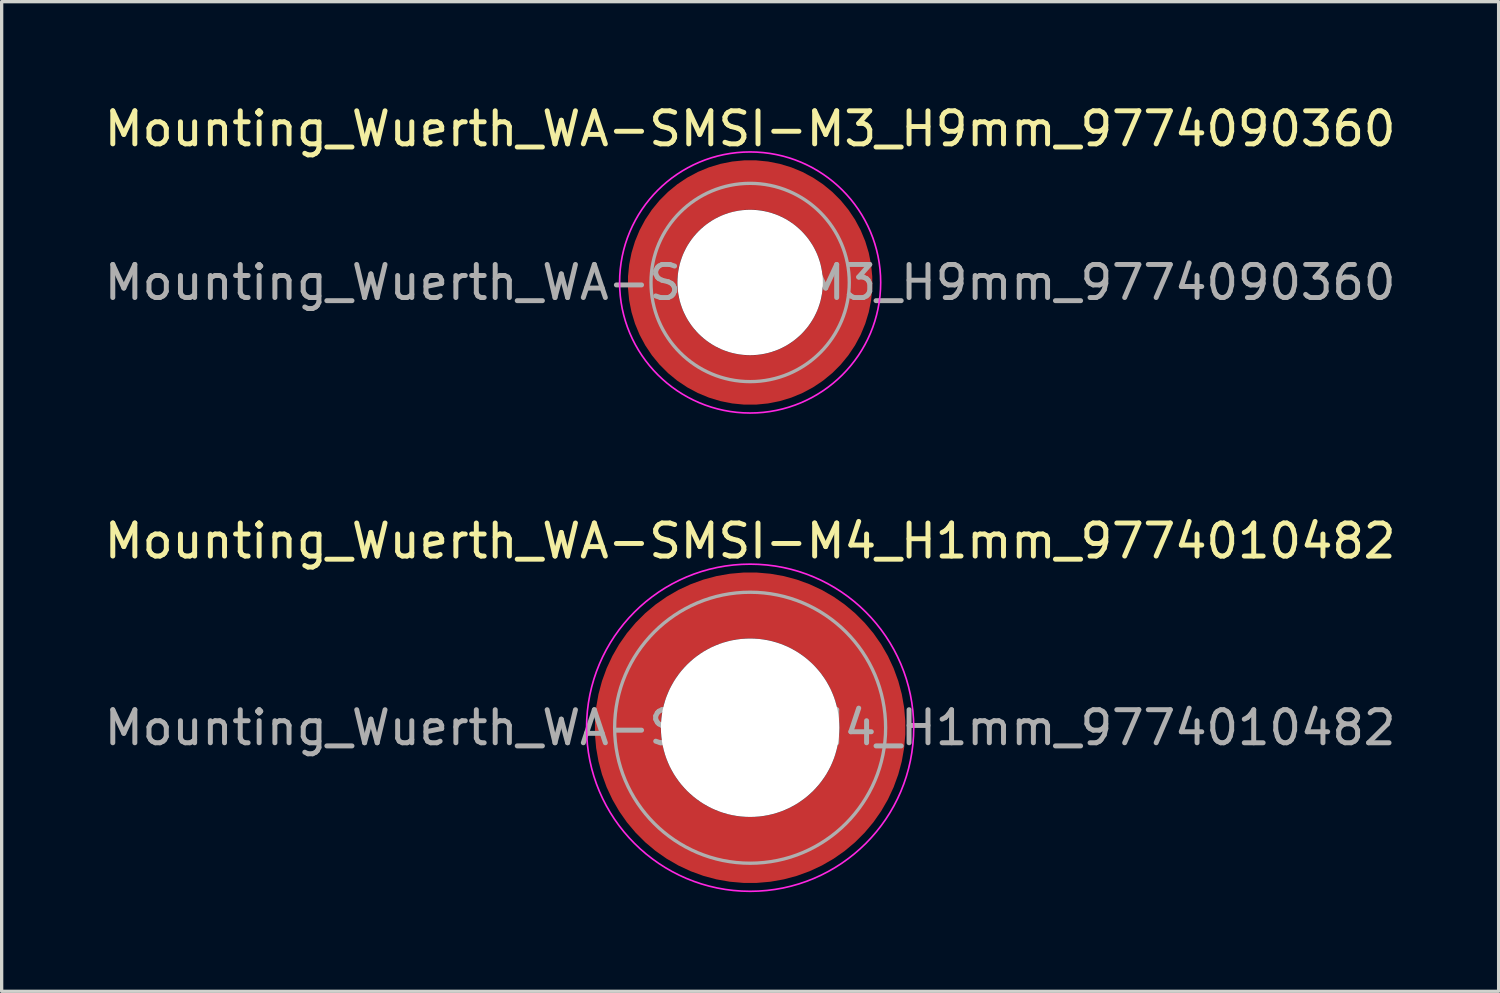
<source format=kicad_pcb>
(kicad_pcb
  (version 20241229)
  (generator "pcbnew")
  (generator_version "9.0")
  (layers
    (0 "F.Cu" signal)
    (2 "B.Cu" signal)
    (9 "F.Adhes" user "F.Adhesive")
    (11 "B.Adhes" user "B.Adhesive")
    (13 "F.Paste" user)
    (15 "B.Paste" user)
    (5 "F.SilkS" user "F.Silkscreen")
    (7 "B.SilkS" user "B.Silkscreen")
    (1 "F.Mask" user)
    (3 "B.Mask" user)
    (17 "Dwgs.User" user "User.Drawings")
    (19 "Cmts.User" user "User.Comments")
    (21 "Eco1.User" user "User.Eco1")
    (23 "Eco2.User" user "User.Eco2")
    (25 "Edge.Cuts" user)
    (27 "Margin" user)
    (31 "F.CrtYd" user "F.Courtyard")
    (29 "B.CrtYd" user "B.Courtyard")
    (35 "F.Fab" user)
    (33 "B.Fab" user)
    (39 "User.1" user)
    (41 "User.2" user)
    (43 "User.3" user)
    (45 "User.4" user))
  (footprint "Mounting_Wuerth_WA-SMSI-M3_H9mm_9774090360"
    (layer "F.Cu")
    (at 19.649 5.498)
    (property "Reference" "Mounting_Wuerth_WA-SMSI-M3_H9mm_9774090360" (at 0 -4.65 0) (layer "F.SilkS") (effects (font (size 1 1) (thickness 0.15))))
    (attr smd allow_soldermask_bridges)
    (fp_circle (center 0 0) (end 3.95 0) (stroke (width 0.05) (type solid)) (fill no) (layer "F.CrtYd"))
    (fp_circle (center 0 0) (end 3 0) (stroke (width 0.1) (type solid)) (fill no) (layer "F.Fab"))
    (fp_text user "${REFERENCE}" (at 0 0 0) (layer "F.Fab") (effects (font (size 1 1) (thickness 0.15))))
    (pad "" smd custom (at -2.058 -2.058) (size 0.55 0.55) (layers "F.Paste") (options (anchor circle)) (primitives (gr_arc (start -0.377294 1.707681) (mid 0.318198 0.318198) (end 1.707681 -0.377294) (width 0.2)) (gr_arc (start -0.478281 1.707681) (mid 0.247487 0.247487) (end 1.707681 -0.478281) (width 0.2)) (gr_arc (start -0.579192 1.707681) (mid 0.176777 0.176777) (end 1.707681 -0.579192) (width 0.2)) (gr_arc (start -0.680037 1.707681) (mid 0.106066 0.106066) (end 1.707681 -0.680037) (width 0.2)) (gr_arc (start -0.780822 1.707681) (mid 0.035355 0.035355) (end 1.707681 -0.780822) (width 0.2)) (gr_arc (start -0.881554 1.707681) (mid -0.035355 -0.035355) (end 1.707681 -0.881554) (width 0.2)) (gr_arc (start -0.982237 1.707681) (mid -0.106066 -0.106066) (end 1.707681 -0.982237) (width 0.2)) (gr_arc (start -1.082877 1.707681) (mid -0.176777 -0.176777) (end 1.707681 -1.082877) (width 0.2)) (gr_arc (start -1.183476 1.707681) (mid -0.247487 -0.247487) (end 1.707681 -1.183476) (width 0.2)) (gr_arc (start -1.28404 1.707681) (mid -0.318198 -0.318198) (end 1.707681 -1.28404) (width 0.2)) (gr_line (start 1.708 -0.377) (end 1.708 -1.284) (width 0.2)) (gr_line (start -0.377 1.708) (end -1.284 1.708) (width 0.2))))
    (pad "" smd custom (at -2.058 2.058) (size 0.55 0.55) (layers "F.Paste") (options (anchor circle)) (primitives (gr_arc (start 1.707681 0.377294) (mid 0.318198 -0.318198) (end -0.377294 -1.707681) (width 0.2)) (gr_arc (start 1.707681 0.478281) (mid 0.247487 -0.247487) (end -0.478281 -1.707681) (width 0.2)) (gr_arc (start 1.707681 0.579192) (mid 0.176777 -0.176777) (end -0.579192 -1.707681) (width 0.2)) (gr_arc (start 1.707681 0.680037) (mid 0.106066 -0.106066) (end -0.680037 -1.707681) (width 0.2)) (gr_arc (start 1.707681 0.780822) (mid 0.035355 -0.035355) (end -0.780822 -1.707681) (width 0.2)) (gr_arc (start 1.707681 0.881554) (mid -0.035355 0.035355) (end -0.881554 -1.707681) (width 0.2)) (gr_arc (start 1.707681 0.982237) (mid -0.106066 0.106066) (end -0.982237 -1.707681) (width 0.2)) (gr_arc (start 1.707681 1.082877) (mid -0.176777 0.176777) (end -1.082877 -1.707681) (width 0.2)) (gr_arc (start 1.707681 1.183476) (mid -0.247487 0.247487) (end -1.183476 -1.707681) (width 0.2)) (gr_arc (start 1.707681 1.28404) (mid -0.318198 0.318198) (end -1.28404 -1.707681) (width 0.2)) (gr_line (start -0.377 -1.708) (end -1.284 -1.708) (width 0.2)) (gr_line (start 1.708 0.377) (end 1.708 1.284) (width 0.2))))
    (pad "" np_thru_hole circle (at 0 0) (size 4.4 4.4) (drill 4.4) (layers "*.Cu" "*.Mask"))
    (pad "" smd custom (at 2.058 -2.058) (size 0.55 0.55) (layers "F.Paste") (options (anchor circle)) (primitives (gr_arc (start -1.707681 -0.377294) (mid -0.318198 0.318198) (end 0.377294 1.707681) (width 0.2)) (gr_arc (start -1.707681 -0.478281) (mid -0.247487 0.247487) (end 0.478281 1.707681) (width 0.2)) (gr_arc (start -1.707681 -0.579192) (mid -0.176777 0.176777) (end 0.579192 1.707681) (width 0.2)) (gr_arc (start -1.707681 -0.680037) (mid -0.106066 0.106066) (end 0.680037 1.707681) (width 0.2)) (gr_arc (start -1.707681 -0.780822) (mid -0.035355 0.035355) (end 0.780822 1.707681) (width 0.2)) (gr_arc (start -1.707681 -0.881554) (mid 0.035355 -0.035355) (end 0.881554 1.707681) (width 0.2)) (gr_arc (start -1.707681 -0.982237) (mid 0.106066 -0.106066) (end 0.982237 1.707681) (width 0.2)) (gr_arc (start -1.707681 -1.082877) (mid 0.176777 -0.176777) (end 1.082877 1.707681) (width 0.2)) (gr_arc (start -1.707681 -1.183476) (mid 0.247487 -0.247487) (end 1.183476 1.707681) (width 0.2)) (gr_arc (start -1.707681 -1.28404) (mid 0.318198 -0.318198) (end 1.28404 1.707681) (width 0.2)) (gr_line (start 0.377 1.708) (end 1.284 1.708) (width 0.2)) (gr_line (start -1.708 -0.377) (end -1.708 -1.284) (width 0.2))))
    (pad "" smd custom (at 2.058 2.058) (size 0.55 0.55) (layers "F.Paste") (options (anchor circle)) (primitives (gr_arc (start 0.377294 -1.707681) (mid -0.318198 -0.318198) (end -1.707681 0.377294) (width 0.2)) (gr_arc (start 0.478281 -1.707681) (mid -0.247487 -0.247487) (end -1.707681 0.478281) (width 0.2)) (gr_arc (start 0.579192 -1.707681) (mid -0.176777 -0.176777) (end -1.707681 0.579192) (width 0.2)) (gr_arc (start 0.680037 -1.707681) (mid -0.106066 -0.106066) (end -1.707681 0.680037) (width 0.2)) (gr_arc (start 0.780822 -1.707681) (mid -0.035355 -0.035355) (end -1.707681 0.780822) (width 0.2)) (gr_arc (start 0.881554 -1.707681) (mid 0.035355 0.035355) (end -1.707681 0.881554) (width 0.2)) (gr_arc (start 0.982237 -1.707681) (mid 0.106066 0.106066) (end -1.707681 0.982237) (width 0.2)) (gr_arc (start 1.082877 -1.707681) (mid 0.176777 0.176777) (end -1.707681 1.082877) (width 0.2)) (gr_arc (start 1.183476 -1.707681) (mid 0.247487 0.247487) (end -1.707681 1.183476) (width 0.2)) (gr_arc (start 1.28404 -1.707681) (mid 0.318198 0.318198) (end -1.707681 1.28404) (width 0.2)) (gr_line (start -1.708 0.377) (end -1.708 1.284) (width 0.2)) (gr_line (start 0.377 -1.708) (end 1.284 -1.708) (width 0.2))))
    (pad "1" smd circle (at -2.95 0) (size 0.992 0.992) (layers "F.Cu"))
    (pad "1" smd circle (at 0 -2.95) (size 0.992 0.992) (layers "F.Cu"))
    (pad "1" smd circle (at 0 2.95) (size 0.992 0.992) (layers "F.Cu"))
    (pad "1" smd custom (at 2.95 0) (size 1.5 1.5) (layers "F.Cu" "F.Mask") (options (anchor circle)) (primitives (gr_circle (center -2.95 0) (end 0 0) (width 1.5) (fill no)))))
  (footprint "Mounting_Wuerth_WA-SMSI-M4_H1mm_9774010482"
    (layer "F.Cu")
    (at 19.649 18.971)
    (property "Reference" "Mounting_Wuerth_WA-SMSI-M4_H1mm_9774010482" (at 0 -5.65 0) (layer "F.SilkS") (effects (font (size 1 1) (thickness 0.15))))
    (attr smd allow_soldermask_bridges)
    (fp_circle (center 0 0) (end 4.95 0) (stroke (width 0.05) (type solid)) (fill no) (layer "F.CrtYd"))
    (fp_circle (center 0 0) (end 4.1 0) (stroke (width 0.1) (type solid)) (fill no) (layer "F.Fab"))
    (fp_text user "${REFERENCE}" (at 0 0 0) (layer "F.Fab") (effects (font (size 1 1) (thickness 0.15))))
    (pad "" smd custom (at -2.607 -2.607) (size 0.948 0.948) (layers "F.Paste") (options (anchor circle)) (primitives (gr_arc (start -0.188183 2.107456) (mid 0.599273 0.599273) (end 2.107456 -0.188183) (width 0.2)) (gr_arc (start -0.289416 2.107456) (mid 0.52877 0.52877) (end 2.107456 -0.289416) (width 0.2)) (gr_arc (start -0.390547 2.107456) (mid 0.458268 0.458268) (end 2.107456 -0.390547) (width 0.2)) (gr_arc (start -0.491585 2.107456) (mid 0.387765 0.387765) (end 2.107456 -0.491585) (width 0.2)) (gr_arc (start -0.59254 2.107456) (mid 0.317262 0.317262) (end 2.107456 -0.59254) (width 0.2)) (gr_arc (start -0.693419 2.107456) (mid 0.246759 0.246759) (end 2.107456 -0.693419) (width 0.2)) (gr_arc (start -0.794229 2.107456) (mid 0.176257 0.176257) (end 2.107456 -0.794229) (width 0.2)) (gr_arc (start -0.894975 2.107456) (mid 0.105754 0.105754) (end 2.107456 -0.894975) (width 0.2)) (gr_arc (start -0.995664 2.107456) (mid 0.035251 0.035251) (end 2.107456 -0.995664) (width 0.2)) (gr_arc (start -1.0963 2.107456) (mid -0.035251 -0.035251) (end 2.107456 -1.0963) (width 0.2)) (gr_arc (start -1.196886 2.107456) (mid -0.105754 -0.105754) (end 2.107456 -1.196886) (width 0.2)) (gr_arc (start -1.297427 2.107456) (mid -0.176257 -0.176257) (end 2.107456 -1.297427) (width 0.2)) (gr_arc (start -1.397927 2.107456) (mid -0.246759 -0.246759) (end 2.107456 -1.397927) (width 0.2)) (gr_arc (start -1.498388 2.107456) (mid -0.317262 -0.317262) (end 2.107456 -1.498388) (width 0.2)) (gr_arc (start -1.598813 2.107456) (mid -0.387765 -0.387765) (end 2.107456 -1.598813) (width 0.2)) (gr_arc (start -1.699204 2.107456) (mid -0.458268 -0.458268) (end 2.107456 -1.699204) (width 0.2)) (gr_arc (start -1.799565 2.107456) (mid -0.52877 -0.52877) (end 2.107456 -1.799565) (width 0.2)) (gr_arc (start -1.899896 2.107456) (mid -0.599273 -0.599273) (end 2.107456 -1.899896) (width 0.2)) (gr_arc (start -1.899896 2.107456) (mid -0.599273 -0.599273) (end 2.107456 -1.899896) (width 0.2)) (gr_line (start 2.107 -0.188) (end 2.107 -1.9) (width 0.2)) (gr_line (start -0.188 2.107) (end -1.9 2.107) (width 0.2))))
    (pad "" smd custom (at -2.607 2.607) (size 0.948 0.948) (layers "F.Paste") (options (anchor circle)) (primitives (gr_arc (start 2.107456 0.188183) (mid 0.599273 -0.599273) (end -0.188183 -2.107456) (width 0.2)) (gr_arc (start 2.107456 0.289416) (mid 0.52877 -0.52877) (end -0.289416 -2.107456) (width 0.2)) (gr_arc (start 2.107456 0.390547) (mid 0.458268 -0.458268) (end -0.390547 -2.107456) (width 0.2)) (gr_arc (start 2.107456 0.491585) (mid 0.387765 -0.387765) (end -0.491585 -2.107456) (width 0.2)) (gr_arc (start 2.107456 0.59254) (mid 0.317262 -0.317262) (end -0.59254 -2.107456) (width 0.2)) (gr_arc (start 2.107456 0.693419) (mid 0.246759 -0.246759) (end -0.693419 -2.107456) (width 0.2)) (gr_arc (start 2.107456 0.794229) (mid 0.176257 -0.176257) (end -0.794229 -2.107456) (width 0.2)) (gr_arc (start 2.107456 0.894975) (mid 0.105754 -0.105754) (end -0.894975 -2.107456) (width 0.2)) (gr_arc (start 2.107456 0.995664) (mid 0.035251 -0.035251) (end -0.995664 -2.107456) (width 0.2)) (gr_arc (start 2.107456 1.0963) (mid -0.035251 0.035251) (end -1.0963 -2.107456) (width 0.2)) (gr_arc (start 2.107456 1.196886) (mid -0.105754 0.105754) (end -1.196886 -2.107456) (width 0.2)) (gr_arc (start 2.107456 1.297427) (mid -0.176257 0.176257) (end -1.297427 -2.107456) (width 0.2)) (gr_arc (start 2.107456 1.397927) (mid -0.246759 0.246759) (end -1.397927 -2.107456) (width 0.2)) (gr_arc (start 2.107456 1.498388) (mid -0.317262 0.317262) (end -1.498388 -2.107456) (width 0.2)) (gr_arc (start 2.107456 1.598813) (mid -0.387765 0.387765) (end -1.598813 -2.107456) (width 0.2)) (gr_arc (start 2.107456 1.699204) (mid -0.458268 0.458268) (end -1.699204 -2.107456) (width 0.2)) (gr_arc (start 2.107456 1.799565) (mid -0.52877 0.52877) (end -1.799565 -2.107456) (width 0.2)) (gr_arc (start 2.107456 1.899896) (mid -0.599273 0.599273) (end -1.899896 -2.107456) (width 0.2)) (gr_arc (start 2.107456 1.899896) (mid -0.599273 0.599273) (end -1.899896 -2.107456) (width 0.2)) (gr_line (start -0.188 -2.107) (end -1.9 -2.107) (width 0.2)) (gr_line (start 2.107 0.188) (end 2.107 1.9) (width 0.2))))
    (pad "" np_thru_hole circle (at 0 0) (size 5.4 5.4) (drill 5.4) (layers "*.Cu" "*.Mask"))
    (pad "" smd custom (at 2.607 -2.607) (size 0.948 0.948) (layers "F.Paste") (options (anchor circle)) (primitives (gr_arc (start -2.107456 -0.188183) (mid -0.599273 0.599273) (end 0.188183 2.107456) (width 0.2)) (gr_arc (start -2.107456 -0.289416) (mid -0.52877 0.52877) (end 0.289416 2.107456) (width 0.2)) (gr_arc (start -2.107456 -0.390547) (mid -0.458268 0.458268) (end 0.390547 2.107456) (width 0.2)) (gr_arc (start -2.107456 -0.491585) (mid -0.387765 0.387765) (end 0.491585 2.107456) (width 0.2)) (gr_arc (start -2.107456 -0.59254) (mid -0.317262 0.317262) (end 0.59254 2.107456) (width 0.2)) (gr_arc (start -2.107456 -0.693419) (mid -0.246759 0.246759) (end 0.693419 2.107456) (width 0.2)) (gr_arc (start -2.107456 -0.794229) (mid -0.176257 0.176257) (end 0.794229 2.107456) (width 0.2)) (gr_arc (start -2.107456 -0.894975) (mid -0.105754 0.105754) (end 0.894975 2.107456) (width 0.2)) (gr_arc (start -2.107456 -0.995664) (mid -0.035251 0.035251) (end 0.995664 2.107456) (width 0.2)) (gr_arc (start -2.107456 -1.0963) (mid 0.035251 -0.035251) (end 1.0963 2.107456) (width 0.2)) (gr_arc (start -2.107456 -1.196886) (mid 0.105754 -0.105754) (end 1.196886 2.107456) (width 0.2)) (gr_arc (start -2.107456 -1.297427) (mid 0.176257 -0.176257) (end 1.297427 2.107456) (width 0.2)) (gr_arc (start -2.107456 -1.397927) (mid 0.246759 -0.246759) (end 1.397927 2.107456) (width 0.2)) (gr_arc (start -2.107456 -1.498388) (mid 0.317262 -0.317262) (end 1.498388 2.107456) (width 0.2)) (gr_arc (start -2.107456 -1.598813) (mid 0.387765 -0.387765) (end 1.598813 2.107456) (width 0.2)) (gr_arc (start -2.107456 -1.699204) (mid 0.458268 -0.458268) (end 1.699204 2.107456) (width 0.2)) (gr_arc (start -2.107456 -1.799565) (mid 0.52877 -0.52877) (end 1.799565 2.107456) (width 0.2)) (gr_arc (start -2.107456 -1.899896) (mid 0.599273 -0.599273) (end 1.899896 2.107456) (width 0.2)) (gr_arc (start -2.107456 -1.899896) (mid 0.599273 -0.599273) (end 1.899896 2.107456) (width 0.2)) (gr_line (start 0.188 2.107) (end 1.9 2.107) (width 0.2)) (gr_line (start -2.107 -0.188) (end -2.107 -1.9) (width 0.2))))
    (pad "" smd custom (at 2.607 2.607) (size 0.948 0.948) (layers "F.Paste") (options (anchor circle)) (primitives (gr_arc (start 0.188183 -2.107456) (mid -0.599273 -0.599273) (end -2.107456 0.188183) (width 0.2)) (gr_arc (start 0.289416 -2.107456) (mid -0.52877 -0.52877) (end -2.107456 0.289416) (width 0.2)) (gr_arc (start 0.390547 -2.107456) (mid -0.458268 -0.458268) (end -2.107456 0.390547) (width 0.2)) (gr_arc (start 0.491585 -2.107456) (mid -0.387765 -0.387765) (end -2.107456 0.491585) (width 0.2)) (gr_arc (start 0.59254 -2.107456) (mid -0.317262 -0.317262) (end -2.107456 0.59254) (width 0.2)) (gr_arc (start 0.693419 -2.107456) (mid -0.246759 -0.246759) (end -2.107456 0.693419) (width 0.2)) (gr_arc (start 0.794229 -2.107456) (mid -0.176257 -0.176257) (end -2.107456 0.794229) (width 0.2)) (gr_arc (start 0.894975 -2.107456) (mid -0.105754 -0.105754) (end -2.107456 0.894975) (width 0.2)) (gr_arc (start 0.995664 -2.107456) (mid -0.035251 -0.035251) (end -2.107456 0.995664) (width 0.2)) (gr_arc (start 1.0963 -2.107456) (mid 0.035251 0.035251) (end -2.107456 1.0963) (width 0.2)) (gr_arc (start 1.196886 -2.107456) (mid 0.105754 0.105754) (end -2.107456 1.196886) (width 0.2)) (gr_arc (start 1.297427 -2.107456) (mid 0.176257 0.176257) (end -2.107456 1.297427) (width 0.2)) (gr_arc (start 1.397927 -2.107456) (mid 0.246759 0.246759) (end -2.107456 1.397927) (width 0.2)) (gr_arc (start 1.498388 -2.107456) (mid 0.317262 0.317262) (end -2.107456 1.498388) (width 0.2)) (gr_arc (start 1.598813 -2.107456) (mid 0.387765 0.387765) (end -2.107456 1.598813) (width 0.2)) (gr_arc (start 1.699204 -2.107456) (mid 0.458268 0.458268) (end -2.107456 1.699204) (width 0.2)) (gr_arc (start 1.799565 -2.107456) (mid 0.52877 0.52877) (end -2.107456 1.799565) (width 0.2)) (gr_arc (start 1.899896 -2.107456) (mid 0.599273 0.599273) (end -2.107456 1.899896) (width 0.2)) (gr_arc (start 1.899896 -2.107456) (mid 0.599273 0.599273) (end -2.107456 1.899896) (width 0.2)) (gr_line (start -2.107 0.188) (end -2.107 1.9) (width 0.2)) (gr_line (start 0.188 -2.107) (end 1.9 -2.107) (width 0.2))))
    (pad "1" smd circle (at -3.7 0) (size 1.492 1.492) (layers "F.Cu"))
    (pad "1" smd circle (at 0 -3.7) (size 1.492 1.492) (layers "F.Cu"))
    (pad "1" smd circle (at 0 3.7) (size 1.492 1.492) (layers "F.Cu"))
    (pad "1" smd custom (at 3.7 0) (size 2 2) (layers "F.Cu" "F.Mask") (options (anchor circle)) (primitives (gr_circle (center -3.7 0) (end 0 0) (width 2) (fill no)))))
  (gr_rect
    (start -3 -3)
    (end 42.298 26.947)
    (stroke (width 0.1) (type default))
    (fill no)
    (layer "Edge.Cuts")))
</source>
